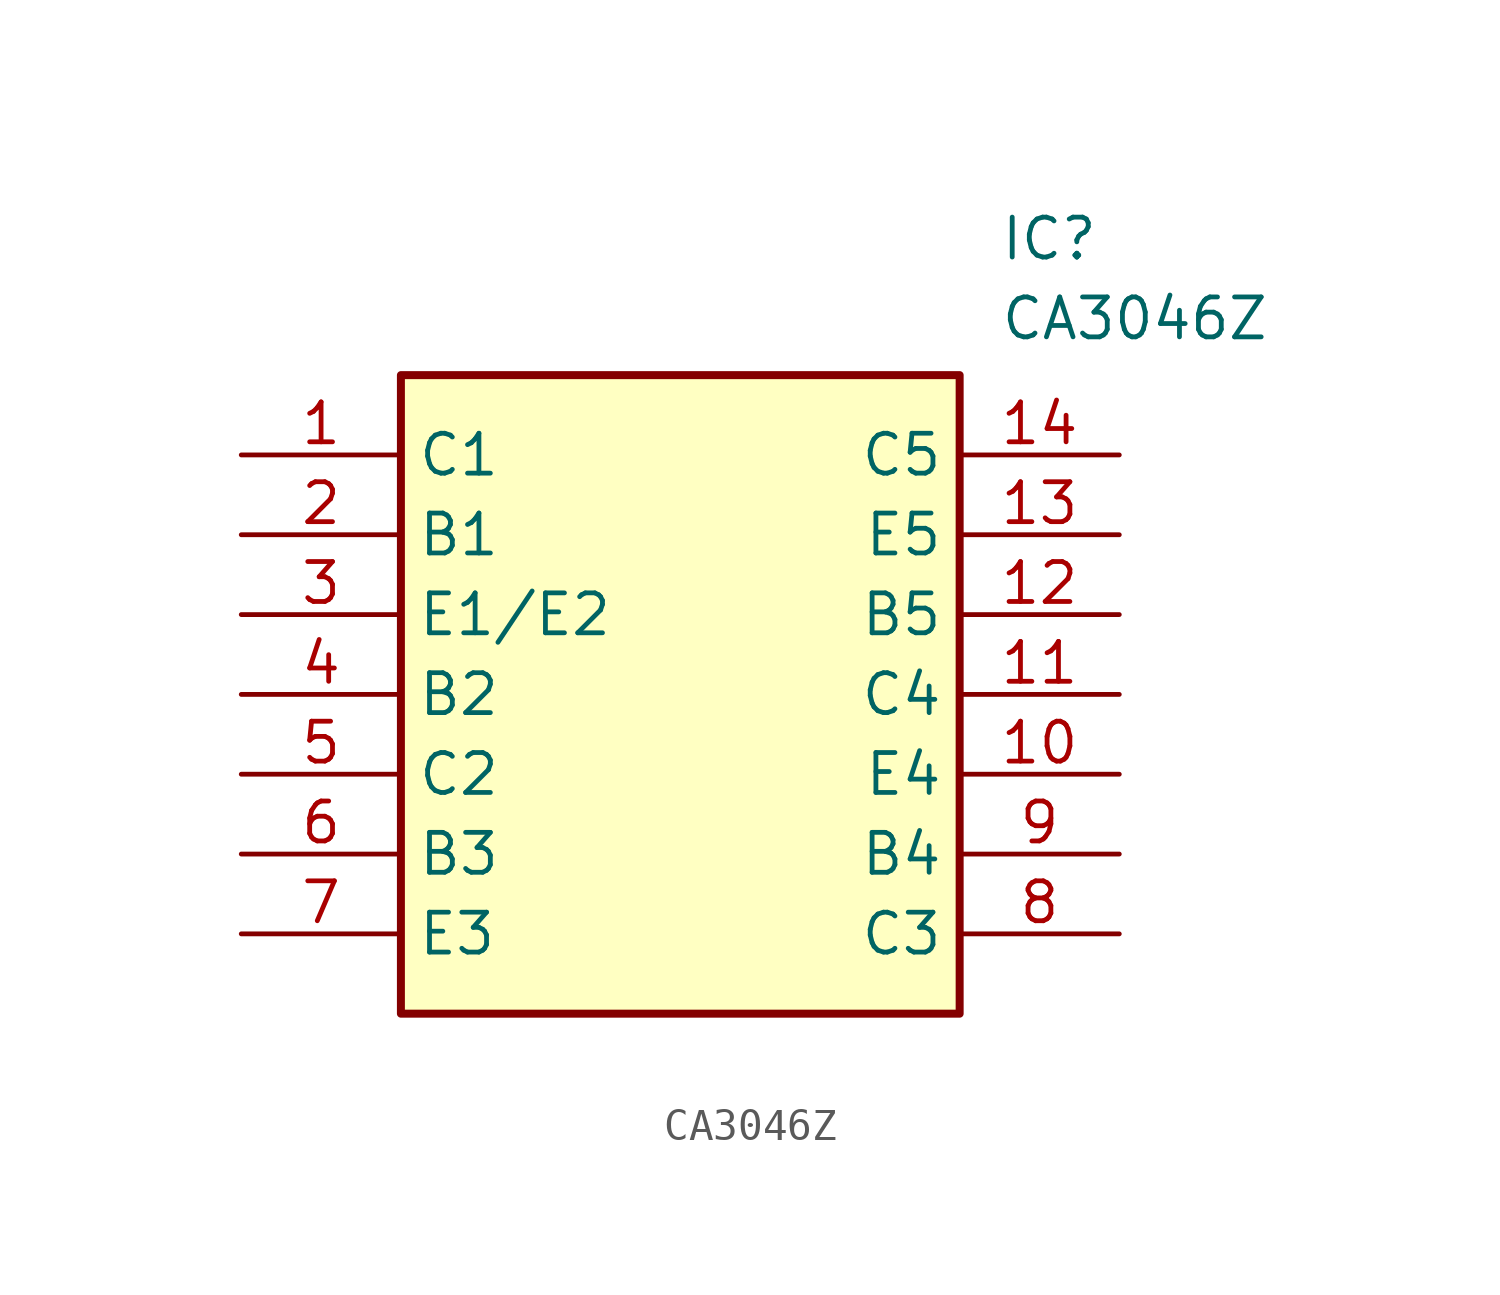
<source format=kicad_sym>
(kicad_symbol_lib
  (version 20211014)
  (generator SamacSys_ECAD_Model)
  (symbol "CA3046Z"
    (property "Reference" "IC"
      (at 24.13 7.62 0)
      (effects (font (size 1.27 1.27)) (justify left top)))
    (property "Value" "CA3046Z"
      (at 24.13 5.08 0)
      (effects (font (size 1.27 1.27)) (justify left top)))
    (rectangle
      (start 5.08 2.54)
      (end 22.86 -17.78)
      (stroke (width 0.254) (type default))
      (fill (type background)))
    (pin passive line
      (at 0 0 0)
      (length 5.08)
      (name "C1" (effects (font (size 1.27 1.27))))
      (number "1" (effects (font (size 1.27 1.27)))))
    (pin passive line
      (at 0 -2.54 0)
      (length 5.08)
      (name "B1" (effects (font (size 1.27 1.27))))
      (number "2" (effects (font (size 1.27 1.27)))))
    (pin passive line
      (at 0 -5.08 0)
      (length 5.08)
      (name "E1/E2" (effects (font (size 1.27 1.27))))
      (number "3" (effects (font (size 1.27 1.27)))))
    (pin passive line
      (at 0 -7.62 0)
      (length 5.08)
      (name "B2" (effects (font (size 1.27 1.27))))
      (number "4" (effects (font (size 1.27 1.27)))))
    (pin passive line
      (at 0 -10.16 0)
      (length 5.08)
      (name "C2" (effects (font (size 1.27 1.27))))
      (number "5" (effects (font (size 1.27 1.27)))))
    (pin passive line
      (at 0 -12.7 0)
      (length 5.08)
      (name "B3" (effects (font (size 1.27 1.27))))
      (number "6" (effects (font (size 1.27 1.27)))))
    (pin passive line
      (at 0 -15.24 0)
      (length 5.08)
      (name "E3" (effects (font (size 1.27 1.27))))
      (number "7" (effects (font (size 1.27 1.27)))))
    (pin passive line
      (at 27.94 0 180)
      (length 5.08)
      (name "C5" (effects (font (size 1.27 1.27))))
      (number "14" (effects (font (size 1.27 1.27)))))
    (pin passive line
      (at 27.94 -2.54 180)
      (length 5.08)
      (name "E5" (effects (font (size 1.27 1.27))))
      (number "13" (effects (font (size 1.27 1.27)))))
    (pin passive line
      (at 27.94 -5.08 180)
      (length 5.08)
      (name "B5" (effects (font (size 1.27 1.27))))
      (number "12" (effects (font (size 1.27 1.27)))))
    (pin passive line
      (at 27.94 -7.62 180)
      (length 5.08)
      (name "C4" (effects (font (size 1.27 1.27))))
      (number "11" (effects (font (size 1.27 1.27)))))
    (pin passive line
      (at 27.94 -10.16 180)
      (length 5.08)
      (name "E4" (effects (font (size 1.27 1.27))))
      (number "10" (effects (font (size 1.27 1.27)))))
    (pin passive line
      (at 27.94 -12.7 180)
      (length 5.08)
      (name "B4" (effects (font (size 1.27 1.27))))
      (number "9" (effects (font (size 1.27 1.27)))))
    (pin passive line
      (at 27.94 -15.24 180)
      (length 5.08)
      (name "C3" (effects (font (size 1.27 1.27))))
      (number "8" (effects (font (size 1.27 1.27)))))))
</source>
